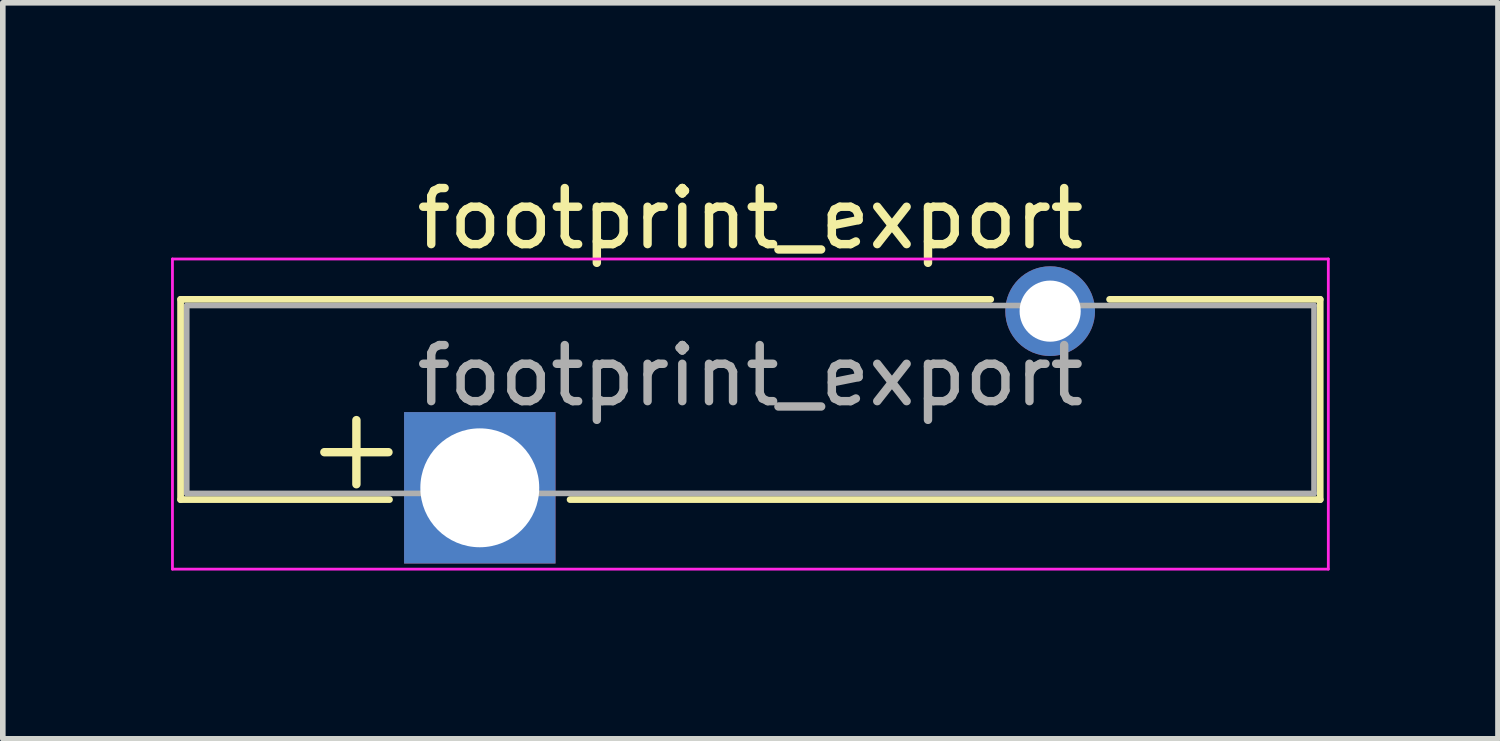
<source format=kicad_pcb>
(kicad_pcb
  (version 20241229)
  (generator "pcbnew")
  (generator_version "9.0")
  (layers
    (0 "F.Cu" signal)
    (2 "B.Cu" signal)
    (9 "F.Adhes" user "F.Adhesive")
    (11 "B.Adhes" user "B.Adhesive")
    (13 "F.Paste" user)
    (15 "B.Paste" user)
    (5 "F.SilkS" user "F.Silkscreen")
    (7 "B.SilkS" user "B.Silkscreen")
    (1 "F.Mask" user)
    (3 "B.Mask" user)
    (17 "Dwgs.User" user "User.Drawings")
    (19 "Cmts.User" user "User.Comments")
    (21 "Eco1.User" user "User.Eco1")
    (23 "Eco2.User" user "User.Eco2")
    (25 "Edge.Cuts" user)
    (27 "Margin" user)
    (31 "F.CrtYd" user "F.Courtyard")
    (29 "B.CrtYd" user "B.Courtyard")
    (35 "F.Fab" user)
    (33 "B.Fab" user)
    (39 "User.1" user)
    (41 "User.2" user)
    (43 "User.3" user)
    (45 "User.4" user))
  (footprint "footprint_export"
    (layer "F.Cu")
    (at 5.505 5.648)
    (property "Reference" "footprint_export" (at 4.825 -4.8 0) (layer "F.SilkS") (effects (font (size 1 1) (thickness 0.15))))
    (attr through_hole)
    (fp_line (start -5.335 -3.36) (end -5.335 0.21) (stroke (width 0.12) (type solid)) (layer "F.SilkS"))
    (fp_line (start -5.335 -3.36) (end 9.11 -3.36) (stroke (width 0.12) (type solid)) (layer "F.SilkS"))
    (fp_line (start -5.335 0.21) (end -1.61 0.21) (stroke (width 0.12) (type solid)) (layer "F.SilkS"))
    (fp_line (start 1.61 0.21) (end 14.985 0.21) (stroke (width 0.12) (type solid)) (layer "F.SilkS"))
    (fp_line (start 11.23 -3.36) (end 14.985 -3.36) (stroke (width 0.12) (type solid)) (layer "F.SilkS"))
    (fp_line (start 14.985 -3.36) (end 14.985 0.21) (stroke (width 0.12) (type solid)) (layer "F.SilkS"))
    (fp_line (start -5.48 -4.08) (end -5.48 1.45) (stroke (width 0.05) (type solid)) (layer "F.CrtYd"))
    (fp_line (start -5.48 -4.08) (end 15.13 -4.08) (stroke (width 0.05) (type solid)) (layer "F.CrtYd"))
    (fp_line (start -5.48 1.45) (end 15.13 1.45) (stroke (width 0.05) (type solid)) (layer "F.CrtYd"))
    (fp_line (start 15.13 -4.08) (end 15.13 1.45) (stroke (width 0.05) (type solid)) (layer "F.CrtYd"))
    (fp_line (start -5.225 -3.25) (end -5.225 0.1) (stroke (width 0.1) (type solid)) (layer "F.Fab"))
    (fp_line (start -5.225 -3.25) (end 14.875 -3.25) (stroke (width 0.1) (type solid)) (layer "F.Fab"))
    (fp_line (start -5.225 0.1) (end 14.875 0.1) (stroke (width 0.1) (type solid)) (layer "F.Fab"))
    (fp_line (start 14.875 -3.25) (end 14.875 0.1) (stroke (width 0.1) (type solid)) (layer "F.Fab"))
    (fp_text user "+" (at -2.2 -0.75 0) (layer "F.SilkS") (effects (font (size 1.5 1.5) (thickness 0.15))))
    (fp_text user "${REFERENCE}" (at 4.825 -2 180) (layer "F.Fab") (effects (font (size 1 1) (thickness 0.15))))
    (pad "1" thru_hole rect (at 0 0 90) (size 2.7 2.7) (drill 2.12) (layers "*.Cu" "*.Mask"))
    (pad "2" thru_hole circle (at 10.17 -3.15) (size 1.6 1.6) (drill 1.09) (layers "*.Cu" "*.Mask")))
  (gr_rect
    (start -3 -3)
    (end 23.66 10.123)
    (stroke (width 0.1) (type default))
    (fill no)
    (layer "Edge.Cuts")))
</source>
